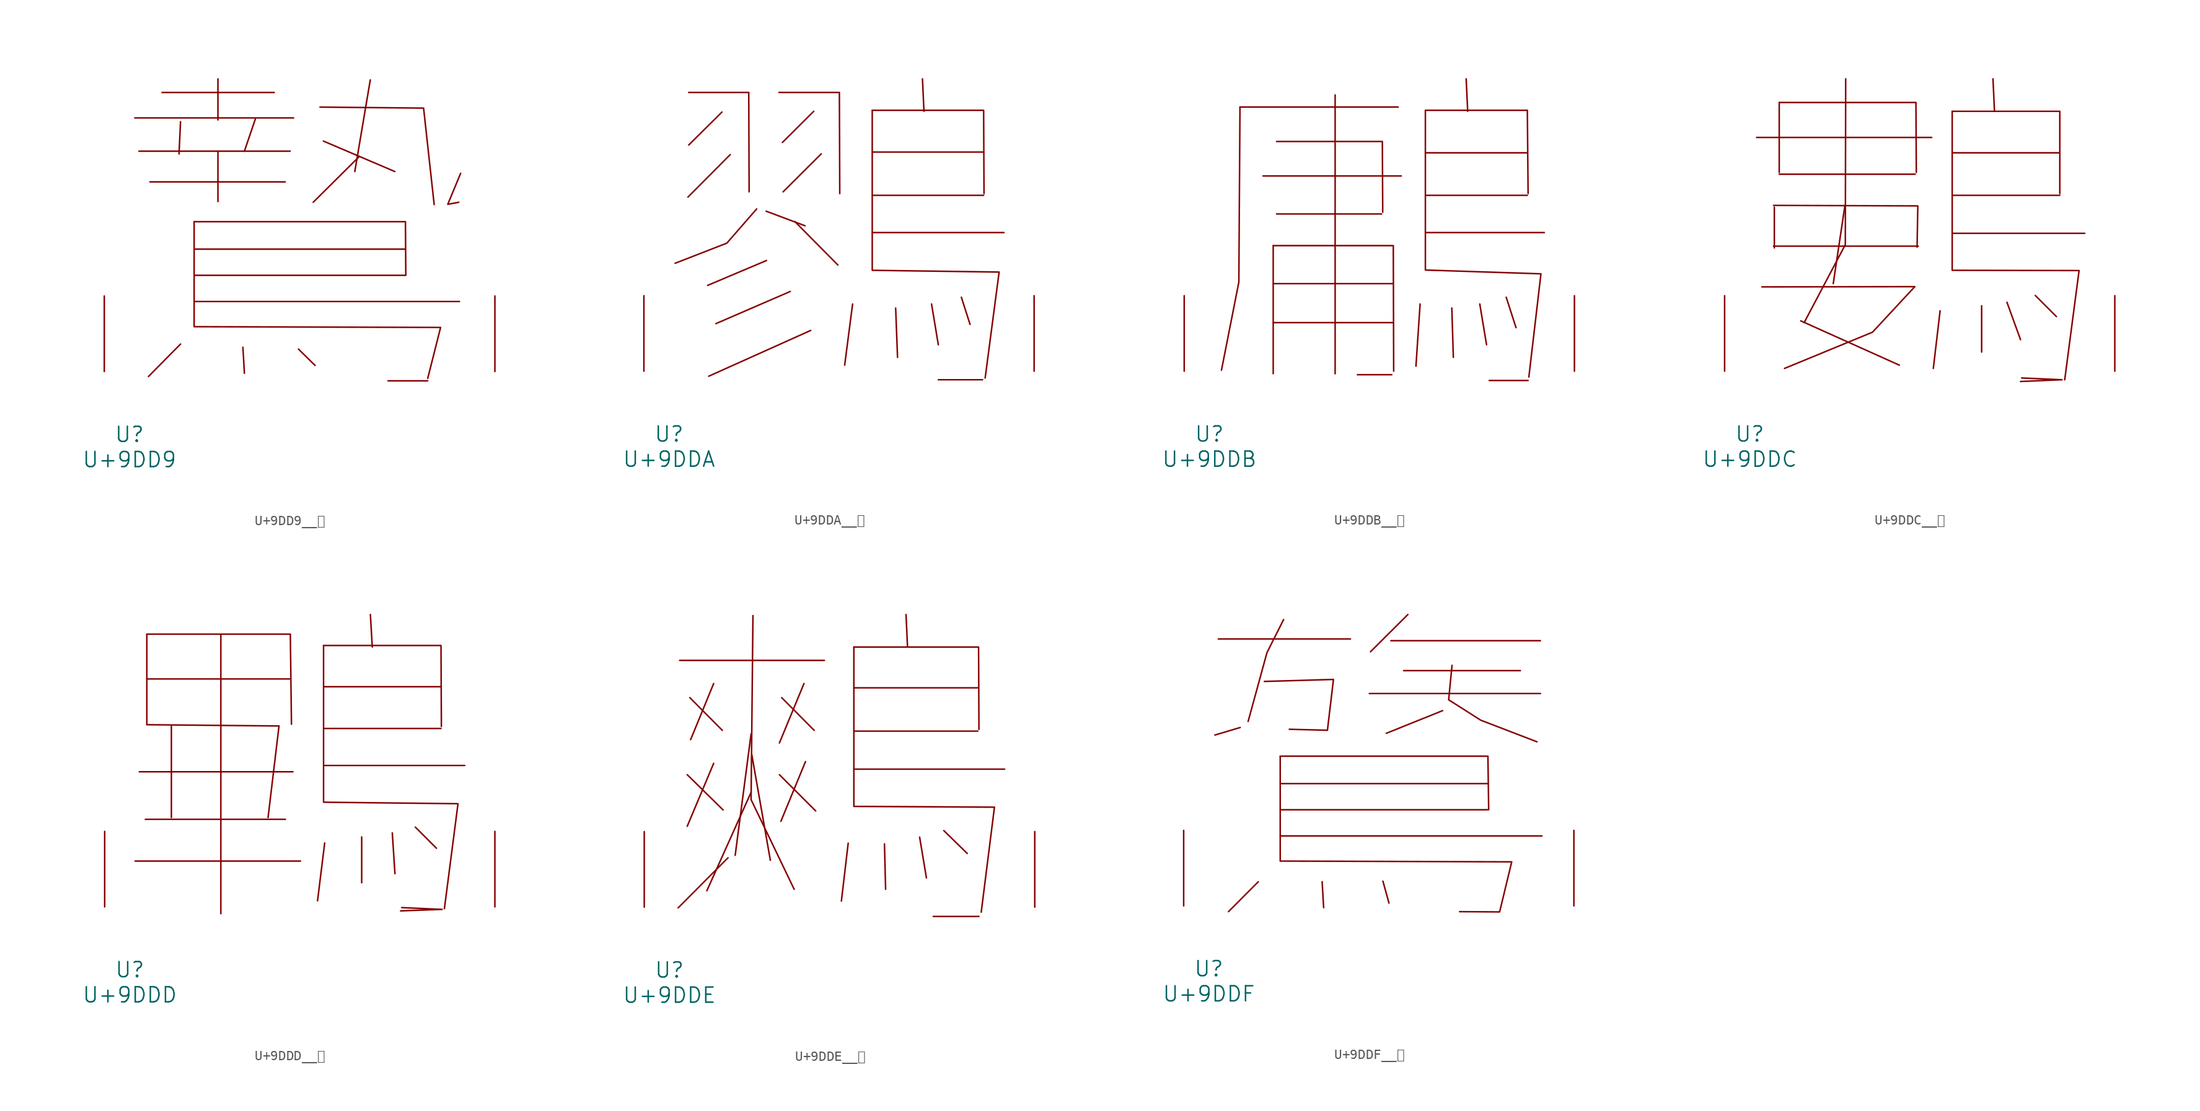
<source format=kicad_sym>
(kicad_symbol_lib
  (version 20231120)
  (generator "kicad_symbol_editor")
  (generator_version "8.0")
  (symbol "U+9DD9__鷙"
    (pin_names
      (offset 1.016))
    (property "Reference" "U"
      (at 0 -6.35 0)
      (effects (font (size 1.524 1.524))))
    (property "Value" "U+9DD9"
      (at 0 -8.89 0)
      (effects (font (size 1.524 1.524))))
    (symbol "U+9DD9__鷙_0_1"
      (polyline (pts (xy 0.533 25.578) (xy 16.535 25.578)) (stroke (width 0) (type solid)) (fill (type none)))
      (polyline (pts (xy 0.953 22.225) (xy 16.192 22.225)) (stroke (width 0) (type solid)) (fill (type none)))
      (polyline (pts (xy 2.057 19.126) (xy 15.697 19.126)) (stroke (width 0) (type solid)) (fill (type none)))
      (polyline (pts (xy 3.277 28.143) (xy 14.592 28.143)) (stroke (width 0) (type solid)) (fill (type none)))
      (polyline (pts (xy 5.144 2.769) (xy 1.905 -0.508)) (stroke (width 0) (type solid)) (fill (type none)))
      (polyline (pts (xy 5.144 25.197) (xy 4.991 21.946)) (stroke (width 0) (type solid)) (fill (type none)))
      (polyline (pts (xy 6.515 7.061) (xy 33.261 7.061)) (stroke (width 0) (type solid)) (fill (type none)))
      (polyline (pts (xy 6.515 9.703) (xy 27.775 9.703)) (stroke (width 0) (type solid)) (fill (type none)))
      (polyline (pts (xy 6.515 12.344) (xy 27.775 12.344)) (stroke (width 0) (type solid)) (fill (type none)))
      (polyline (pts (xy 8.915 22.225) (xy 8.915 17.145)) (stroke (width 0) (type solid)) (fill (type none)))
      (polyline (pts (xy 8.915 29.515) (xy 8.915 25.375)) (stroke (width 0) (type solid)) (fill (type none)))
      (polyline (pts (xy 11.43 2.438) (xy 11.582 -0.178)) (stroke (width 0) (type solid)) (fill (type none)))
      (polyline (pts (xy 12.687 25.476) (xy 11.582 22.225)) (stroke (width 0) (type solid)) (fill (type none)))
      (polyline (pts (xy 17.031 2.261) (xy 18.707 0.61)) (stroke (width 0) (type solid)) (fill (type none)))
      (polyline (pts (xy 19.545 23.241) (xy 26.746 20.168)) (stroke (width 0) (type solid)) (fill (type none)))
      (polyline (pts (xy 23.165 21.692) (xy 18.517 17.069)) (stroke (width 0) (type solid)) (fill (type none)))
      (polyline (pts (xy 24.27 29.413) (xy 22.708 20.168)) (stroke (width 0) (type solid)) (fill (type none)))
      (polyline (pts (xy 26.06 -0.94) (xy 30.061 -0.94)) (stroke (width 0) (type solid)) (fill (type none)))
      (polyline (pts (xy 6.515 15.113) (xy 27.813 15.113) (xy 27.851 9.703)) (stroke (width 0) (type solid)) (fill (type none)))
      (polyline (pts (xy 19.202 26.67) (xy 29.642 26.568) (xy 30.709 16.84)) (stroke (width 0) (type solid)) (fill (type none)))
      (polyline (pts (xy 33.376 19.99) (xy 32.08 16.866) (xy 33.185 17.069)) (stroke (width 0) (type solid)) (fill (type none)))
      (polyline (pts (xy 6.515 15.113) (xy 6.515 4.521) (xy 31.356 4.445) (xy 30.061 -0.686)) (stroke (width 0) (type solid)) (fill (type none)))
      (pin input line (at -2.54 0 90) (length 7.62) (name "~" (effects (font (size 1.27 1.27)))) (number "~" (effects (font (size 1.27 1.27)))))
      (pin input line (at 36.83 0 90) (length 7.62) (name "~" (effects (font (size 1.27 1.27)))) (number "~" (effects (font (size 1.27 1.27)))))))
  (symbol "U+9DDA__鷚"
    (pin_names
      (offset 1.016))
    (property "Reference" "U"
      (at 0 -6.35 0)
      (effects (font (size 1.524 1.524))))
    (property "Value" "U+9DDA"
      (at 0 -8.89 0)
      (effects (font (size 1.524 1.524))))
    (symbol "U+9DDA__鷚_0_1"
      (polyline (pts (xy 5.334 26.162) (xy 1.981 22.835)) (stroke (width 0) (type solid)) (fill (type none)))
      (polyline (pts (xy 6.172 21.869) (xy 1.905 17.577)) (stroke (width 0) (type solid)) (fill (type none)))
      (polyline (pts (xy 9.792 16.154) (xy 13.716 14.681)) (stroke (width 0) (type solid)) (fill (type none)))
      (polyline (pts (xy 9.83 11.176) (xy 3.886 8.661)) (stroke (width 0) (type solid)) (fill (type none)))
      (polyline (pts (xy 12.23 8.052) (xy 4.724 4.801)) (stroke (width 0) (type solid)) (fill (type none)))
      (polyline (pts (xy 12.687 15.113) (xy 17.031 10.719)) (stroke (width 0) (type solid)) (fill (type none)))
      (polyline (pts (xy 14.287 4.115) (xy 4 -0.508)) (stroke (width 0) (type solid)) (fill (type none)))
      (polyline (pts (xy 14.592 26.238) (xy 11.43 23.089)) (stroke (width 0) (type solid)) (fill (type none)))
      (polyline (pts (xy 15.354 21.946) (xy 11.506 18.11)) (stroke (width 0) (type solid)) (fill (type none)))
      (polyline (pts (xy 18.517 6.782) (xy 17.716 0.61)) (stroke (width 0) (type solid)) (fill (type none)))
      (polyline (pts (xy 20.498 13.995) (xy 33.795 13.995)) (stroke (width 0) (type solid)) (fill (type none)))
      (polyline (pts (xy 20.498 17.755) (xy 31.737 17.755)) (stroke (width 0) (type solid)) (fill (type none)))
      (polyline (pts (xy 20.498 22.123) (xy 31.737 22.123)) (stroke (width 0) (type solid)) (fill (type none)))
      (polyline (pts (xy 22.86 6.375) (xy 23.05 1.397)) (stroke (width 0) (type solid)) (fill (type none)))
      (polyline (pts (xy 25.565 29.515) (xy 25.718 26.238)) (stroke (width 0) (type solid)) (fill (type none)))
      (polyline (pts (xy 26.48 6.782) (xy 27.165 2.667)) (stroke (width 0) (type solid)) (fill (type none)))
      (polyline (pts (xy 27.165 -0.864) (xy 31.623 -0.864)) (stroke (width 0) (type solid)) (fill (type none)))
      (polyline (pts (xy 29.489 7.468) (xy 30.366 4.724)) (stroke (width 0) (type solid)) (fill (type none)))
      (polyline (pts (xy 1.981 28.143) (xy 8.039 28.143) (xy 8.077 18.11)) (stroke (width 0) (type solid)) (fill (type none)))
      (polyline (pts (xy 8.839 16.383) (xy 5.829 12.929) (xy 0.61 10.897)) (stroke (width 0) (type solid)) (fill (type none)))
      (polyline (pts (xy 11.087 28.143) (xy 17.183 28.143) (xy 17.221 17.932)) (stroke (width 0) (type solid)) (fill (type none)))
      (polyline (pts (xy 20.498 26.34) (xy 31.737 26.34) (xy 31.775 17.932)) (stroke (width 0) (type solid)) (fill (type none)))
      (polyline (pts (xy 20.498 26.34) (xy 20.498 10.185) (xy 33.299 10.008) (xy 31.89 -0.686)) (stroke (width 0) (type solid)) (fill (type none)))
      (pin input line (at -2.54 0 90) (length 7.62) (name "~" (effects (font (size 1.27 1.27)))) (number "~" (effects (font (size 1.27 1.27)))))
      (pin input line (at 36.83 0 90) (length 7.62) (name "~" (effects (font (size 1.27 1.27)))) (number "~" (effects (font (size 1.27 1.27)))))))
  (symbol "U+9DDB__鷛"
    (pin_names
      (offset 1.016))
    (property "Reference" "U"
      (at 0 -6.35 0)
      (effects (font (size 1.524 1.524))))
    (property "Value" "U+9DDB"
      (at 0 -8.89 0)
      (effects (font (size 1.524 1.524))))
    (symbol "U+9DDB__鷛_0_1"
      (polyline (pts (xy 3.086 26.67) (xy 19.05 26.67)) (stroke (width 0) (type solid)) (fill (type none)))
      (polyline (pts (xy 5.41 19.71) (xy 19.355 19.71)) (stroke (width 0) (type solid)) (fill (type none)))
      (polyline (pts (xy 6.439 4.902) (xy 18.517 4.902)) (stroke (width 0) (type solid)) (fill (type none)))
      (polyline (pts (xy 6.439 8.839) (xy 18.517 8.839)) (stroke (width 0) (type solid)) (fill (type none)))
      (polyline (pts (xy 6.439 12.675) (xy 6.439 -0.254)) (stroke (width 0) (type solid)) (fill (type none)))
      (polyline (pts (xy 6.782 15.875) (xy 17.374 15.875)) (stroke (width 0) (type solid)) (fill (type none)))
      (polyline (pts (xy 12.687 27.889) (xy 12.687 -0.254)) (stroke (width 0) (type solid)) (fill (type none)))
      (polyline (pts (xy 14.935 -0.356) (xy 18.402 -0.356)) (stroke (width 0) (type solid)) (fill (type none)))
      (polyline (pts (xy 21.26 6.782) (xy 20.841 0.508)) (stroke (width 0) (type solid)) (fill (type none)))
      (polyline (pts (xy 21.793 13.995) (xy 33.795 13.995)) (stroke (width 0) (type solid)) (fill (type none)))
      (polyline (pts (xy 21.793 17.755) (xy 32.08 17.755)) (stroke (width 0) (type solid)) (fill (type none)))
      (polyline (pts (xy 21.793 22.047) (xy 32.08 22.047)) (stroke (width 0) (type solid)) (fill (type none)))
      (polyline (pts (xy 24.46 6.375) (xy 24.613 1.397)) (stroke (width 0) (type solid)) (fill (type none)))
      (polyline (pts (xy 25.908 29.515) (xy 26.06 26.238)) (stroke (width 0) (type solid)) (fill (type none)))
      (polyline (pts (xy 27.28 6.782) (xy 27.965 2.667)) (stroke (width 0) (type solid)) (fill (type none)))
      (polyline (pts (xy 28.232 -0.94) (xy 32.156 -0.94)) (stroke (width 0) (type solid)) (fill (type none)))
      (polyline (pts (xy 29.947 7.468) (xy 30.937 4.394)) (stroke (width 0) (type solid)) (fill (type none)))
      (polyline (pts (xy 3.086 26.67) (xy 2.972 8.992) (xy 1.219 0.102)) (stroke (width 0) (type solid)) (fill (type none)))
      (polyline (pts (xy 6.439 12.675) (xy 18.555 12.675) (xy 18.593 0)) (stroke (width 0) (type solid)) (fill (type none)))
      (polyline (pts (xy 6.782 23.19) (xy 17.45 23.19) (xy 17.488 16.053)) (stroke (width 0) (type solid)) (fill (type none)))
      (polyline (pts (xy 21.793 26.34) (xy 32.08 26.34) (xy 32.156 17.932)) (stroke (width 0) (type solid)) (fill (type none)))
      (polyline (pts (xy 21.793 26.34) (xy 21.793 10.211) (xy 33.452 9.83) (xy 32.233 -0.584)) (stroke (width 0) (type solid)) (fill (type none)))
      (pin input line (at -2.54 0 90) (length 7.62) (name "~" (effects (font (size 1.27 1.27)))) (number "~" (effects (font (size 1.27 1.27)))))
      (pin input line (at 36.83 0 90) (length 7.62) (name "~" (effects (font (size 1.27 1.27)))) (number "~" (effects (font (size 1.27 1.27)))))))
  (symbol "U+9DDC__鷜"
    (pin_names
      (offset 1.016))
    (property "Reference" "U"
      (at 0 -6.35 0)
      (effects (font (size 1.524 1.524))))
    (property "Value" "U+9DDC"
      (at 0 -8.89 0)
      (effects (font (size 1.524 1.524))))
    (symbol "U+9DDC__鷜_0_1"
      (polyline (pts (xy 0.686 23.597) (xy 18.364 23.597)) (stroke (width 0) (type solid)) (fill (type none)))
      (polyline (pts (xy 2.4 12.624) (xy 16.993 12.624)) (stroke (width 0) (type solid)) (fill (type none)))
      (polyline (pts (xy 2.477 16.561) (xy 2.477 12.446)) (stroke (width 0) (type solid)) (fill (type none)))
      (polyline (pts (xy 2.972 19.888) (xy 16.688 19.888)) (stroke (width 0) (type solid)) (fill (type none)))
      (polyline (pts (xy 2.972 27.127) (xy 2.972 20.066)) (stroke (width 0) (type solid)) (fill (type none)))
      (polyline (pts (xy 5.144 5.08) (xy 15.088 0.61)) (stroke (width 0) (type solid)) (fill (type none)))
      (polyline (pts (xy 9.601 16.739) (xy 8.42 8.839)) (stroke (width 0) (type solid)) (fill (type none)))
      (polyline (pts (xy 19.202 6.096) (xy 18.517 0.279)) (stroke (width 0) (type solid)) (fill (type none)))
      (polyline (pts (xy 20.422 13.919) (xy 33.795 13.919)) (stroke (width 0) (type solid)) (fill (type none)))
      (polyline (pts (xy 20.422 17.755) (xy 31.28 17.755)) (stroke (width 0) (type solid)) (fill (type none)))
      (polyline (pts (xy 20.422 22.047) (xy 31.28 22.047)) (stroke (width 0) (type solid)) (fill (type none)))
      (polyline (pts (xy 23.393 6.604) (xy 23.393 1.93)) (stroke (width 0) (type solid)) (fill (type none)))
      (polyline (pts (xy 24.536 29.515) (xy 24.689 26.238)) (stroke (width 0) (type solid)) (fill (type none)))
      (polyline (pts (xy 25.946 6.96) (xy 27.318 3.175)) (stroke (width 0) (type solid)) (fill (type none)))
      (polyline (pts (xy 28.804 7.645) (xy 30.937 5.512)) (stroke (width 0) (type solid)) (fill (type none)))
      (polyline (pts (xy 2.4 16.739) (xy 16.954 16.688) (xy 16.878 12.522)) (stroke (width 0) (type solid)) (fill (type none)))
      (polyline (pts (xy 2.972 27.127) (xy 16.764 27.127) (xy 16.802 20.066)) (stroke (width 0) (type solid)) (fill (type none)))
      (polyline (pts (xy 9.677 29.515) (xy 9.639 12.776) (xy 5.486 4.902)) (stroke (width 0) (type solid)) (fill (type none)))
      (polyline (pts (xy 20.422 26.238) (xy 31.28 26.238) (xy 31.28 17.932)) (stroke (width 0) (type solid)) (fill (type none)))
      (polyline (pts (xy 27.318 -1.041) (xy 31.509 -0.864) (xy 27.432 -0.686)) (stroke (width 0) (type solid)) (fill (type none)))
      (polyline (pts (xy 1.219 8.509) (xy 16.65 8.534) (xy 12.383 3.937) (xy 3.505 0.279)) (stroke (width 0) (type solid)) (fill (type none)))
      (polyline (pts (xy 20.422 26.238) (xy 20.422 10.185) (xy 33.223 10.16) (xy 31.775 -0.864)) (stroke (width 0) (type solid)) (fill (type none)))
      (pin input line (at -2.54 0 90) (length 7.62) (name "~" (effects (font (size 1.27 1.27)))) (number "~" (effects (font (size 1.27 1.27)))))
      (pin input line (at 36.83 0 90) (length 7.62) (name "~" (effects (font (size 1.27 1.27)))) (number "~" (effects (font (size 1.27 1.27)))))))
  (symbol "U+9DDD__鷝"
    (pin_names
      (offset 1.016))
    (property "Reference" "U"
      (at 0 -6.35 0)
      (effects (font (size 1.524 1.524))))
    (property "Value" "U+9DDD"
      (at 0 -8.89 0)
      (effects (font (size 1.524 1.524))))
    (symbol "U+9DDD__鷝_0_1"
      (polyline (pts (xy 0.533 4.623) (xy 17.221 4.623)) (stroke (width 0) (type solid)) (fill (type none)))
      (polyline (pts (xy 0.953 13.64) (xy 16.459 13.64)) (stroke (width 0) (type solid)) (fill (type none)))
      (polyline (pts (xy 1.562 8.839) (xy 15.697 8.839)) (stroke (width 0) (type solid)) (fill (type none)))
      (polyline (pts (xy 1.714 23.012) (xy 16.116 23.012)) (stroke (width 0) (type solid)) (fill (type none)))
      (polyline (pts (xy 4.191 18.263) (xy 4.191 9.017)) (stroke (width 0) (type solid)) (fill (type none)))
      (polyline (pts (xy 9.182 27.534) (xy 9.182 -0.686)) (stroke (width 0) (type solid)) (fill (type none)))
      (polyline (pts (xy 19.545 14.275) (xy 33.795 14.275)) (stroke (width 0) (type solid)) (fill (type none)))
      (polyline (pts (xy 19.545 18.009) (xy 31.394 18.009)) (stroke (width 0) (type solid)) (fill (type none)))
      (polyline (pts (xy 19.545 22.225) (xy 31.394 22.225)) (stroke (width 0) (type solid)) (fill (type none)))
      (polyline (pts (xy 19.66 6.452) (xy 18.936 0.61)) (stroke (width 0) (type solid)) (fill (type none)))
      (polyline (pts (xy 23.393 7.061) (xy 23.393 2.438)) (stroke (width 0) (type solid)) (fill (type none)))
      (polyline (pts (xy 24.27 29.515) (xy 24.46 26.238)) (stroke (width 0) (type solid)) (fill (type none)))
      (polyline (pts (xy 26.48 7.468) (xy 26.746 3.353)) (stroke (width 0) (type solid)) (fill (type none)))
      (polyline (pts (xy 28.804 8.052) (xy 30.937 5.918)) (stroke (width 0) (type solid)) (fill (type none)))
      (polyline (pts (xy 1.714 27.534) (xy 16.192 27.534) (xy 16.307 18.44)) (stroke (width 0) (type solid)) (fill (type none)))
      (polyline (pts (xy 19.545 26.391) (xy 31.394 26.391) (xy 31.433 18.212)) (stroke (width 0) (type solid)) (fill (type none)))
      (polyline (pts (xy 27.318 -0.406) (xy 31.509 -0.254) (xy 27.432 -0.076)) (stroke (width 0) (type solid)) (fill (type none)))
      (polyline (pts (xy 1.714 27.534) (xy 1.714 18.39) (xy 15.05 18.263) (xy 13.945 9.017)) (stroke (width 0) (type solid)) (fill (type none)))
      (polyline (pts (xy 19.545 26.391) (xy 19.545 10.566) (xy 33.109 10.414) (xy 31.737 -0.178)) (stroke (width 0) (type solid)) (fill (type none)))
      (pin input line (at -2.54 0 90) (length 7.62) (name "~" (effects (font (size 1.27 1.27)))) (number "~" (effects (font (size 1.27 1.27)))))
      (pin input line (at 36.83 0 90) (length 7.62) (name "~" (effects (font (size 1.27 1.27)))) (number "~" (effects (font (size 1.27 1.27)))))))
  (symbol "U+9DDE__鷞"
    (pin_names
      (offset 1.016))
    (property "Reference" "U"
      (at 0 -6.35 0)
      (effects (font (size 1.524 1.524))))
    (property "Value" "U+9DDE"
      (at 0 -8.89 0)
      (effects (font (size 1.524 1.524))))
    (symbol "U+9DDE__鷞_0_1"
      (polyline (pts (xy 1.029 24.892) (xy 15.621 24.892)) (stroke (width 0) (type solid)) (fill (type none)))
      (polyline (pts (xy 1.791 13.36) (xy 5.41 9.804)) (stroke (width 0) (type solid)) (fill (type none)))
      (polyline (pts (xy 2.057 21.133) (xy 5.334 17.831)) (stroke (width 0) (type solid)) (fill (type none)))
      (polyline (pts (xy 4.458 14.503) (xy 1.791 8.153)) (stroke (width 0) (type solid)) (fill (type none)))
      (polyline (pts (xy 4.458 22.555) (xy 2.134 16.891)) (stroke (width 0) (type solid)) (fill (type none)))
      (polyline (pts (xy 5.905 4.978) (xy 0.876 -0.076)) (stroke (width 0) (type solid)) (fill (type none)))
      (polyline (pts (xy 8.23 11.582) (xy 3.772 1.651)) (stroke (width 0) (type solid)) (fill (type none)))
      (polyline (pts (xy 8.23 17.475) (xy 6.629 5.232)) (stroke (width 0) (type solid)) (fill (type none)))
      (polyline (pts (xy 8.306 15.367) (xy 10.173 4.724)) (stroke (width 0) (type solid)) (fill (type none)))
      (polyline (pts (xy 11.087 13.36) (xy 14.745 9.703)) (stroke (width 0) (type solid)) (fill (type none)))
      (polyline (pts (xy 11.316 21.133) (xy 14.592 17.831)) (stroke (width 0) (type solid)) (fill (type none)))
      (polyline (pts (xy 13.564 22.555) (xy 11.087 16.561)) (stroke (width 0) (type solid)) (fill (type none)))
      (polyline (pts (xy 13.716 14.681) (xy 11.239 8.661)) (stroke (width 0) (type solid)) (fill (type none)))
      (polyline (pts (xy 18.021 6.452) (xy 17.335 0.61)) (stroke (width 0) (type solid)) (fill (type none)))
      (polyline (pts (xy 18.593 13.919) (xy 33.795 13.919)) (stroke (width 0) (type solid)) (fill (type none)))
      (polyline (pts (xy 18.593 17.755) (xy 31.09 17.755)) (stroke (width 0) (type solid)) (fill (type none)))
      (polyline (pts (xy 18.593 22.123) (xy 31.09 22.123)) (stroke (width 0) (type solid)) (fill (type none)))
      (polyline (pts (xy 21.679 6.375) (xy 21.793 1.803)) (stroke (width 0) (type solid)) (fill (type none)))
      (polyline (pts (xy 23.851 29.515) (xy 24.003 26.238)) (stroke (width 0) (type solid)) (fill (type none)))
      (polyline (pts (xy 25.222 7.061) (xy 25.908 2.946)) (stroke (width 0) (type solid)) (fill (type none)))
      (polyline (pts (xy 26.594 -0.94) (xy 31.204 -0.94)) (stroke (width 0) (type solid)) (fill (type none)))
      (polyline (pts (xy 27.661 7.722) (xy 30.023 5.41)) (stroke (width 0) (type solid)) (fill (type none)))
      (polyline (pts (xy 8.42 29.413) (xy 8.23 10.846) (xy 12.573 1.803)) (stroke (width 0) (type solid)) (fill (type none)))
      (polyline (pts (xy 18.593 26.238) (xy 31.166 26.238) (xy 31.204 17.932)) (stroke (width 0) (type solid)) (fill (type none)))
      (polyline (pts (xy 18.593 26.238) (xy 18.593 10.16) (xy 32.766 10.084) (xy 31.433 -0.508)) (stroke (width 0) (type solid)) (fill (type none)))
      (pin input line (at -2.54 0 90) (length 7.62) (name "~" (effects (font (size 1.27 1.27)))) (number "~" (effects (font (size 1.27 1.27)))))
      (pin input line (at 36.83 0 90) (length 7.62) (name "~" (effects (font (size 1.27 1.27)))) (number "~" (effects (font (size 1.27 1.27)))))))
  (symbol "U+9DDF__鷟"
    (pin_names
      (offset 1.016))
    (property "Reference" "U"
      (at 0 -6.35 0)
      (effects (font (size 1.524 1.524))))
    (property "Value" "U+9DDF"
      (at 0 -8.89 0)
      (effects (font (size 1.524 1.524))))
    (symbol "U+9DDF__鷟_0_1"
      (polyline (pts (xy 0.953 26.949) (xy 14.287 26.949)) (stroke (width 0) (type solid)) (fill (type none)))
      (polyline (pts (xy 3.162 18.009) (xy 0.61 17.247)) (stroke (width 0) (type solid)) (fill (type none)))
      (polyline (pts (xy 4.991 2.438) (xy 1.981 -0.584)) (stroke (width 0) (type solid)) (fill (type none)))
      (polyline (pts (xy 7.201 7.061) (xy 33.604 7.061)) (stroke (width 0) (type solid)) (fill (type none)))
      (polyline (pts (xy 7.201 9.703) (xy 28.118 9.703)) (stroke (width 0) (type solid)) (fill (type none)))
      (polyline (pts (xy 7.201 12.344) (xy 28.118 12.344)) (stroke (width 0) (type solid)) (fill (type none)))
      (polyline (pts (xy 11.43 2.438) (xy 11.582 -0.178)) (stroke (width 0) (type solid)) (fill (type none)))
      (polyline (pts (xy 16.192 21.438) (xy 33.452 21.438)) (stroke (width 0) (type solid)) (fill (type none)))
      (polyline (pts (xy 17.564 2.489) (xy 18.174 0.279)) (stroke (width 0) (type solid)) (fill (type none)))
      (polyline (pts (xy 18.364 26.772) (xy 33.452 26.772)) (stroke (width 0) (type solid)) (fill (type none)))
      (polyline (pts (xy 19.66 23.749) (xy 31.433 23.749)) (stroke (width 0) (type solid)) (fill (type none)))
      (polyline (pts (xy 20.079 29.413) (xy 16.307 25.654)) (stroke (width 0) (type solid)) (fill (type none)))
      (polyline (pts (xy 23.584 19.71) (xy 17.907 17.424)) (stroke (width 0) (type solid)) (fill (type none)))
      (polyline (pts (xy 7.201 15.113) (xy 28.156 15.113) (xy 28.232 9.703)) (stroke (width 0) (type solid)) (fill (type none)))
      (polyline (pts (xy 7.544 28.905) (xy 5.867 25.578) (xy 3.962 18.618)) (stroke (width 0) (type solid)) (fill (type none)))
      (polyline (pts (xy 5.601 22.657) (xy 12.573 22.86) (xy 11.963 17.729) (xy 8.115 17.831)) (stroke (width 0) (type solid)) (fill (type none)))
      (polyline (pts (xy 24.536 24.282) (xy 24.194 20.803) (xy 27.432 18.745) (xy 33.109 16.561)) (stroke (width 0) (type solid)) (fill (type none)))
      (polyline (pts (xy 7.201 15.113) (xy 7.201 4.521) (xy 30.556 4.445) (xy 29.337 -0.61) (xy 25.298 -0.584)) (stroke (width 0) (type solid)) (fill (type none)))
      (pin input line (at -2.54 0 90) (length 7.62) (name "~" (effects (font (size 1.27 1.27)))) (number "~" (effects (font (size 1.27 1.27)))))
      (pin input line (at 36.83 0 90) (length 7.62) (name "~" (effects (font (size 1.27 1.27)))) (number "~" (effects (font (size 1.27 1.27))))))))
</source>
